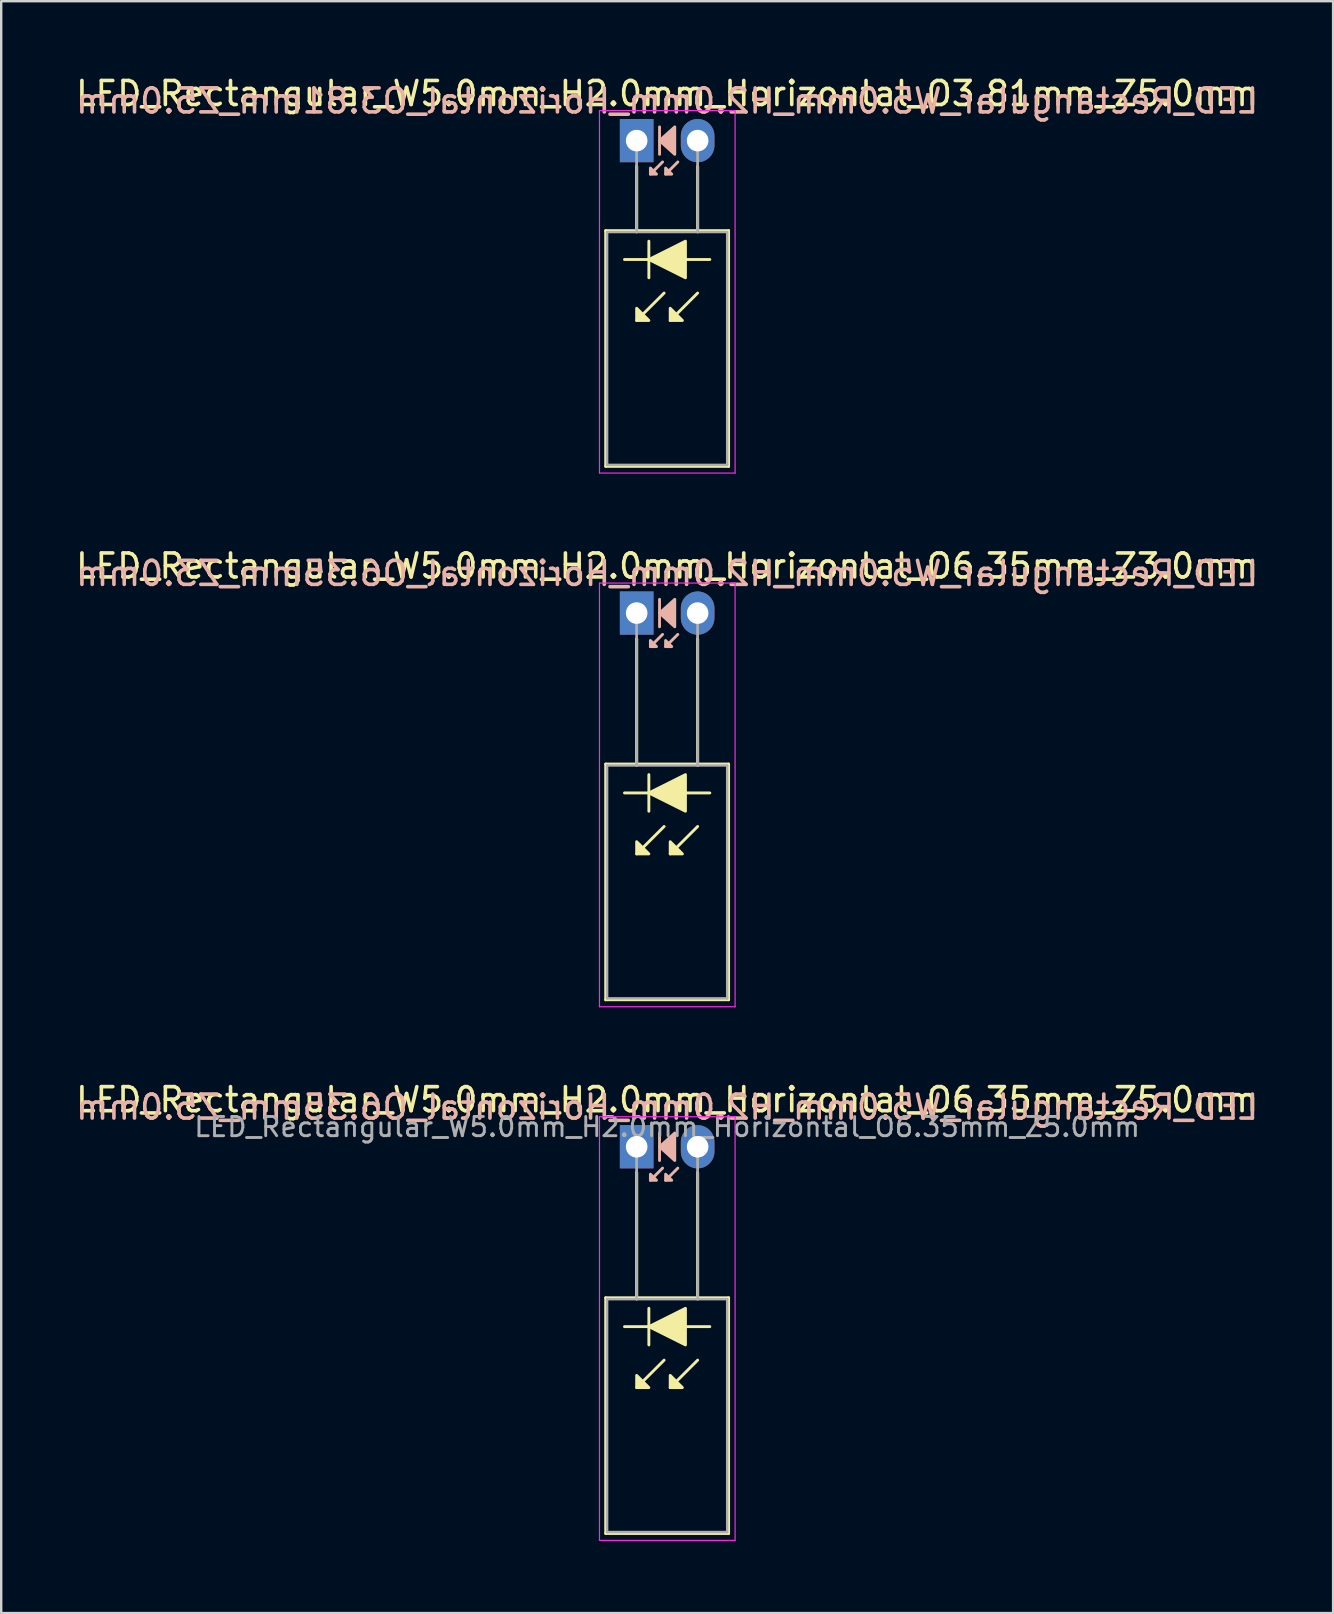
<source format=kicad_pcb>
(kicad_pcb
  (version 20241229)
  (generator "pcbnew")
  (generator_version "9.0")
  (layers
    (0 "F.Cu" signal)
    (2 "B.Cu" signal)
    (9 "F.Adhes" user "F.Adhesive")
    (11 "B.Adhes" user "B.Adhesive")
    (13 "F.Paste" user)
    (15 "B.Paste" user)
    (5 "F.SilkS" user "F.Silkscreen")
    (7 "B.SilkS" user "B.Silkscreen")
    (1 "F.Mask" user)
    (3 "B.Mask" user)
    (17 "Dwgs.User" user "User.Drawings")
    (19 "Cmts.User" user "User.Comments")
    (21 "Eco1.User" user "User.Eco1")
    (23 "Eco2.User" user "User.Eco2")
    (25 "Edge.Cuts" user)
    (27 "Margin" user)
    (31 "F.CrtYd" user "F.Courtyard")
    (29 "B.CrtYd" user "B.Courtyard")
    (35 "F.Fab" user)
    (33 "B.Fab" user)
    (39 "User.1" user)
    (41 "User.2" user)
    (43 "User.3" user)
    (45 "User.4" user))
  (footprint "LED_Rectangular_W5.0mm_H2.0mm_Horizontal_O3.81mm_Z5.0mm"
    (layer "F.Cu")
    (at 23.474 2.808)
    (property "Reference" "LED_Rectangular_W5.0mm_H2.0mm_Horizontal_O3.81mm_Z5.0mm" (at 1.27 -1.96 0) (layer "F.SilkS") (effects (font (size 1 1) (thickness 0.15))))
    (fp_line (start -1.29 3.75) (end -1.29 13.57) (stroke (width 0.12) (type solid)) (layer "F.SilkS"))
    (fp_line (start -1.29 13.57) (end 3.83 13.57) (stroke (width 0.12) (type solid)) (layer "F.SilkS"))
    (fp_line (start 0 1.08) (end 0 1.08) (stroke (width 0.12) (type solid)) (layer "F.SilkS"))
    (fp_line (start 0 1.08) (end 0 3.75) (stroke (width 0.12) (type solid)) (layer "F.SilkS"))
    (fp_line (start 0 3.75) (end 0 1.08) (stroke (width 0.12) (type solid)) (layer "F.SilkS"))
    (fp_line (start 0 3.75) (end 0 3.75) (stroke (width 0.12) (type solid)) (layer "F.SilkS"))
    (fp_line (start 0.508 4.191) (end 0.508 5.715) (stroke (width 0.12) (type solid)) (layer "F.SilkS"))
    (fp_line (start 0.508 4.953) (end -0.508 4.953) (stroke (width 0.12) (type solid)) (layer "F.SilkS"))
    (fp_line (start 1.143 6.35) (end 0 7.493) (stroke (width 0.12) (type solid)) (layer "F.SilkS"))
    (fp_line (start 2.54 1.08) (end 2.54 1.08) (stroke (width 0.12) (type solid)) (layer "F.SilkS"))
    (fp_line (start 2.54 1.08) (end 2.54 3.75) (stroke (width 0.12) (type solid)) (layer "F.SilkS"))
    (fp_line (start 2.54 3.75) (end 2.54 1.08) (stroke (width 0.12) (type solid)) (layer "F.SilkS"))
    (fp_line (start 2.54 3.75) (end 2.54 3.75) (stroke (width 0.12) (type solid)) (layer "F.SilkS"))
    (fp_line (start 2.54 6.35) (end 1.397 7.493) (stroke (width 0.12) (type solid)) (layer "F.SilkS"))
    (fp_line (start 3.048 4.953) (end 2.032 4.953) (stroke (width 0.12) (type solid)) (layer "F.SilkS"))
    (fp_line (start 3.83 3.75) (end -1.29 3.75) (stroke (width 0.12) (type solid)) (layer "F.SilkS"))
    (fp_line (start 3.83 13.57) (end 3.83 3.75) (stroke (width 0.12) (type solid)) (layer "F.SilkS"))
    (fp_poly (pts (xy 0 6.985) (xy 0.508 7.493) (xy 0 7.493)) (stroke (width 0.12) (type solid)) (fill yes) (layer "F.SilkS"))
    (fp_poly (pts (xy 1.397 6.985) (xy 1.905 7.493) (xy 1.397 7.493)) (stroke (width 0.12) (type solid)) (fill yes) (layer "F.SilkS"))
    (fp_poly (pts (xy 2.032 5.715) (xy 0.508 4.953) (xy 2.032 4.191)) (stroke (width 0.12) (type solid)) (fill yes) (layer "F.SilkS"))
    (fp_line (start 0.953 -0.572) (end 0.953 0.572) (stroke (width 0.12) (type solid)) (layer "B.SilkS"))
    (fp_line (start 1.079 0.889) (end 0.572 1.397) (stroke (width 0.12) (type solid)) (layer "B.SilkS"))
    (fp_line (start 1.714 0.889) (end 1.206 1.397) (stroke (width 0.12) (type solid)) (layer "B.SilkS"))
    (fp_poly (pts (xy 0.572 1.143) (xy 0.826 1.397) (xy 0.572 1.397)) (stroke (width 0.12) (type solid)) (fill yes) (layer "B.SilkS"))
    (fp_poly (pts (xy 1.206 1.143) (xy 1.46 1.397) (xy 1.206 1.397)) (stroke (width 0.12) (type solid)) (fill yes) (layer "B.SilkS"))
    (fp_poly (pts (xy 1.587 0.572) (xy 0.953 0) (xy 1.587 -0.572)) (stroke (width 0.12) (type solid)) (fill yes) (layer "B.SilkS"))
    (fp_line (start -1.55 -1.25) (end -1.55 13.85) (stroke (width 0.05) (type solid)) (layer "F.CrtYd"))
    (fp_line (start -1.55 13.85) (end 4.1 13.85) (stroke (width 0.05) (type solid)) (layer "F.CrtYd"))
    (fp_line (start 4.1 -1.25) (end -1.55 -1.25) (stroke (width 0.05) (type solid)) (layer "F.CrtYd"))
    (fp_line (start 4.1 13.85) (end 4.1 -1.25) (stroke (width 0.05) (type solid)) (layer "F.CrtYd"))
    (fp_line (start -1.23 3.81) (end -1.23 13.51) (stroke (width 0.1) (type solid)) (layer "F.Fab"))
    (fp_line (start -1.23 13.51) (end 3.77 13.51) (stroke (width 0.1) (type solid)) (layer "F.Fab"))
    (fp_line (start 0 0) (end 0 0) (stroke (width 0.1) (type solid)) (layer "F.Fab"))
    (fp_line (start 0 0) (end 0 3.81) (stroke (width 0.1) (type solid)) (layer "F.Fab"))
    (fp_line (start 0 3.81) (end 0 0) (stroke (width 0.1) (type solid)) (layer "F.Fab"))
    (fp_line (start 0 3.81) (end 0 3.81) (stroke (width 0.1) (type solid)) (layer "F.Fab"))
    (fp_line (start 2.54 0) (end 2.54 0) (stroke (width 0.1) (type solid)) (layer "F.Fab"))
    (fp_line (start 2.54 0) (end 2.54 3.81) (stroke (width 0.1) (type solid)) (layer "F.Fab"))
    (fp_line (start 2.54 3.81) (end 2.54 0) (stroke (width 0.1) (type solid)) (layer "F.Fab"))
    (fp_line (start 2.54 3.81) (end 2.54 3.81) (stroke (width 0.1) (type solid)) (layer "F.Fab"))
    (fp_line (start 3.77 3.81) (end -1.23 3.81) (stroke (width 0.1) (type solid)) (layer "F.Fab"))
    (fp_line (start 3.77 13.51) (end 3.77 3.81) (stroke (width 0.1) (type solid)) (layer "F.Fab"))
    (fp_text user "${REFERENCE}" (at 1.27 -1.651 0) (layer "B.SilkS") (effects (font (size 1 1) (thickness 0.15)) (justify mirror)))
    (pad "1" thru_hole rect (at 0 0) (size 1.4 1.8) (drill 0.9) (layers "*.Cu" "*.Mask"))
    (pad "2" thru_hole oval (at 2.54 0) (size 1.4 1.8) (drill 0.9) (layers "*.Cu" "*.Mask")))
  (footprint "LED_Rectangular_W5.0mm_H2.0mm_Horizontal_O6.35mm_Z3.0mm"
    (layer "F.Cu")
    (at 23.474 22.491)
    (property "Reference" "LED_Rectangular_W5.0mm_H2.0mm_Horizontal_O6.35mm_Z3.0mm" (at 1.27 -1.96 0) (layer "F.SilkS") (effects (font (size 1 1) (thickness 0.15))))
    (fp_line (start -1.29 6.29) (end -1.29 16.11) (stroke (width 0.12) (type solid)) (layer "F.SilkS"))
    (fp_line (start -1.29 16.11) (end 3.83 16.11) (stroke (width 0.12) (type solid)) (layer "F.SilkS"))
    (fp_line (start 0 1.08) (end 0 1.08) (stroke (width 0.12) (type solid)) (layer "F.SilkS"))
    (fp_line (start 0 1.08) (end 0 6.29) (stroke (width 0.12) (type solid)) (layer "F.SilkS"))
    (fp_line (start 0 6.29) (end 0 1.08) (stroke (width 0.12) (type solid)) (layer "F.SilkS"))
    (fp_line (start 0 6.29) (end 0 6.29) (stroke (width 0.12) (type solid)) (layer "F.SilkS"))
    (fp_line (start 0.508 6.731) (end 0.508 8.255) (stroke (width 0.12) (type solid)) (layer "F.SilkS"))
    (fp_line (start 0.508 7.493) (end -0.508 7.493) (stroke (width 0.12) (type solid)) (layer "F.SilkS"))
    (fp_line (start 1.143 8.89) (end 0 10.033) (stroke (width 0.12) (type solid)) (layer "F.SilkS"))
    (fp_line (start 2.54 1.08) (end 2.54 1.08) (stroke (width 0.12) (type solid)) (layer "F.SilkS"))
    (fp_line (start 2.54 1.08) (end 2.54 6.29) (stroke (width 0.12) (type solid)) (layer "F.SilkS"))
    (fp_line (start 2.54 6.29) (end 2.54 1.08) (stroke (width 0.12) (type solid)) (layer "F.SilkS"))
    (fp_line (start 2.54 6.29) (end 2.54 6.29) (stroke (width 0.12) (type solid)) (layer "F.SilkS"))
    (fp_line (start 2.54 8.89) (end 1.397 10.033) (stroke (width 0.12) (type solid)) (layer "F.SilkS"))
    (fp_line (start 3.048 7.493) (end 2.032 7.493) (stroke (width 0.12) (type solid)) (layer "F.SilkS"))
    (fp_line (start 3.83 6.29) (end -1.29 6.29) (stroke (width 0.12) (type solid)) (layer "F.SilkS"))
    (fp_line (start 3.83 16.11) (end 3.83 6.29) (stroke (width 0.12) (type solid)) (layer "F.SilkS"))
    (fp_poly (pts (xy 0 9.525) (xy 0.508 10.033) (xy 0 10.033)) (stroke (width 0.12) (type solid)) (fill yes) (layer "F.SilkS"))
    (fp_poly (pts (xy 1.397 9.525) (xy 1.905 10.033) (xy 1.397 10.033)) (stroke (width 0.12) (type solid)) (fill yes) (layer "F.SilkS"))
    (fp_poly (pts (xy 2.032 8.255) (xy 0.508 7.493) (xy 2.032 6.731)) (stroke (width 0.12) (type solid)) (fill yes) (layer "F.SilkS"))
    (fp_line (start 0.953 -0.572) (end 0.953 0.572) (stroke (width 0.12) (type solid)) (layer "B.SilkS"))
    (fp_line (start 1.079 0.889) (end 0.572 1.397) (stroke (width 0.12) (type solid)) (layer "B.SilkS"))
    (fp_line (start 1.714 0.889) (end 1.206 1.397) (stroke (width 0.12) (type solid)) (layer "B.SilkS"))
    (fp_poly (pts (xy 0.572 1.143) (xy 0.826 1.397) (xy 0.572 1.397)) (stroke (width 0.12) (type solid)) (fill yes) (layer "B.SilkS"))
    (fp_poly (pts (xy 1.206 1.143) (xy 1.46 1.397) (xy 1.206 1.397)) (stroke (width 0.12) (type solid)) (fill yes) (layer "B.SilkS"))
    (fp_poly (pts (xy 1.587 0.572) (xy 0.953 0) (xy 1.587 -0.572)) (stroke (width 0.12) (type solid)) (fill yes) (layer "B.SilkS"))
    (fp_line (start -1.55 -1.25) (end -1.55 16.4) (stroke (width 0.05) (type solid)) (layer "F.CrtYd"))
    (fp_line (start -1.55 16.4) (end 4.1 16.4) (stroke (width 0.05) (type solid)) (layer "F.CrtYd"))
    (fp_line (start 4.1 -1.25) (end -1.55 -1.25) (stroke (width 0.05) (type solid)) (layer "F.CrtYd"))
    (fp_line (start 4.1 16.4) (end 4.1 -1.25) (stroke (width 0.05) (type solid)) (layer "F.CrtYd"))
    (fp_line (start -1.23 6.35) (end -1.23 16.05) (stroke (width 0.1) (type solid)) (layer "F.Fab"))
    (fp_line (start -1.23 16.05) (end 3.77 16.05) (stroke (width 0.1) (type solid)) (layer "F.Fab"))
    (fp_line (start 0 0) (end 0 0) (stroke (width 0.1) (type solid)) (layer "F.Fab"))
    (fp_line (start 0 0) (end 0 6.35) (stroke (width 0.1) (type solid)) (layer "F.Fab"))
    (fp_line (start 0 6.35) (end 0 0) (stroke (width 0.1) (type solid)) (layer "F.Fab"))
    (fp_line (start 0 6.35) (end 0 6.35) (stroke (width 0.1) (type solid)) (layer "F.Fab"))
    (fp_line (start 2.54 0) (end 2.54 0) (stroke (width 0.1) (type solid)) (layer "F.Fab"))
    (fp_line (start 2.54 0) (end 2.54 6.35) (stroke (width 0.1) (type solid)) (layer "F.Fab"))
    (fp_line (start 2.54 6.35) (end 2.54 0) (stroke (width 0.1) (type solid)) (layer "F.Fab"))
    (fp_line (start 2.54 6.35) (end 2.54 6.35) (stroke (width 0.1) (type solid)) (layer "F.Fab"))
    (fp_line (start 3.77 6.35) (end -1.23 6.35) (stroke (width 0.1) (type solid)) (layer "F.Fab"))
    (fp_line (start 3.77 16.05) (end 3.77 6.35) (stroke (width 0.1) (type solid)) (layer "F.Fab"))
    (fp_text user "${REFERENCE}" (at 1.27 -1.651 0) (layer "B.SilkS") (effects (font (size 1 1) (thickness 0.15)) (justify mirror)))
    (pad "1" thru_hole rect (at 0 0) (size 1.4 1.8) (drill 0.9) (layers "*.Cu" "*.Mask"))
    (pad "2" thru_hole oval (at 2.54 0) (size 1.4 1.8) (drill 0.9) (layers "*.Cu" "*.Mask")))
  (footprint "LED_Rectangular_W5.0mm_H2.0mm_Horizontal_O6.35mm_Z5.0mm"
    (layer "F.Cu")
    (at 23.474 44.725)
    (property "Reference" "LED_Rectangular_W5.0mm_H2.0mm_Horizontal_O6.35mm_Z5.0mm" (at 1.27 -1.96 0) (layer "F.SilkS") (effects (font (size 1 1) (thickness 0.15))))
    (fp_line (start -1.29 6.29) (end -1.29 16.11) (stroke (width 0.12) (type solid)) (layer "F.SilkS"))
    (fp_line (start -1.29 16.11) (end 3.83 16.11) (stroke (width 0.12) (type solid)) (layer "F.SilkS"))
    (fp_line (start 0 1.08) (end 0 1.08) (stroke (width 0.12) (type solid)) (layer "F.SilkS"))
    (fp_line (start 0 1.08) (end 0 6.29) (stroke (width 0.12) (type solid)) (layer "F.SilkS"))
    (fp_line (start 0 6.29) (end 0 1.08) (stroke (width 0.12) (type solid)) (layer "F.SilkS"))
    (fp_line (start 0 6.29) (end 0 6.29) (stroke (width 0.12) (type solid)) (layer "F.SilkS"))
    (fp_line (start 0.508 6.731) (end 0.508 8.255) (stroke (width 0.12) (type solid)) (layer "F.SilkS"))
    (fp_line (start 0.508 7.493) (end -0.508 7.493) (stroke (width 0.12) (type solid)) (layer "F.SilkS"))
    (fp_line (start 1.143 8.89) (end 0 10.033) (stroke (width 0.12) (type solid)) (layer "F.SilkS"))
    (fp_line (start 2.54 1.08) (end 2.54 1.08) (stroke (width 0.12) (type solid)) (layer "F.SilkS"))
    (fp_line (start 2.54 1.08) (end 2.54 6.29) (stroke (width 0.12) (type solid)) (layer "F.SilkS"))
    (fp_line (start 2.54 6.29) (end 2.54 1.08) (stroke (width 0.12) (type solid)) (layer "F.SilkS"))
    (fp_line (start 2.54 6.29) (end 2.54 6.29) (stroke (width 0.12) (type solid)) (layer "F.SilkS"))
    (fp_line (start 2.54 8.89) (end 1.397 10.033) (stroke (width 0.12) (type solid)) (layer "F.SilkS"))
    (fp_line (start 3.048 7.493) (end 2.032 7.493) (stroke (width 0.12) (type solid)) (layer "F.SilkS"))
    (fp_line (start 3.83 6.29) (end -1.29 6.29) (stroke (width 0.12) (type solid)) (layer "F.SilkS"))
    (fp_line (start 3.83 16.11) (end 3.83 6.29) (stroke (width 0.12) (type solid)) (layer "F.SilkS"))
    (fp_poly (pts (xy 0 9.525) (xy 0.508 10.033) (xy 0 10.033)) (stroke (width 0.12) (type solid)) (fill yes) (layer "F.SilkS"))
    (fp_poly (pts (xy 1.397 9.525) (xy 1.905 10.033) (xy 1.397 10.033)) (stroke (width 0.12) (type solid)) (fill yes) (layer "F.SilkS"))
    (fp_poly (pts (xy 2.032 8.255) (xy 0.508 7.493) (xy 2.032 6.731)) (stroke (width 0.12) (type solid)) (fill yes) (layer "F.SilkS"))
    (fp_line (start 0.953 -0.572) (end 0.953 0.572) (stroke (width 0.12) (type solid)) (layer "B.SilkS"))
    (fp_line (start 1.079 0.889) (end 0.572 1.397) (stroke (width 0.12) (type solid)) (layer "B.SilkS"))
    (fp_line (start 1.714 0.889) (end 1.206 1.397) (stroke (width 0.12) (type solid)) (layer "B.SilkS"))
    (fp_poly (pts (xy 0.572 1.143) (xy 0.826 1.397) (xy 0.572 1.397)) (stroke (width 0.12) (type solid)) (fill yes) (layer "B.SilkS"))
    (fp_poly (pts (xy 1.206 1.143) (xy 1.46 1.397) (xy 1.206 1.397)) (stroke (width 0.12) (type solid)) (fill yes) (layer "B.SilkS"))
    (fp_poly (pts (xy 1.587 0.572) (xy 0.953 0) (xy 1.587 -0.572)) (stroke (width 0.12) (type solid)) (fill yes) (layer "B.SilkS"))
    (fp_line (start -1.55 -1.25) (end -1.55 16.4) (stroke (width 0.05) (type solid)) (layer "F.CrtYd"))
    (fp_line (start -1.55 16.4) (end 4.1 16.4) (stroke (width 0.05) (type solid)) (layer "F.CrtYd"))
    (fp_line (start 4.1 -1.25) (end -1.55 -1.25) (stroke (width 0.05) (type solid)) (layer "F.CrtYd"))
    (fp_line (start 4.1 16.4) (end 4.1 -1.25) (stroke (width 0.05) (type solid)) (layer "F.CrtYd"))
    (fp_line (start -1.23 6.35) (end -1.23 16.05) (stroke (width 0.1) (type solid)) (layer "F.Fab"))
    (fp_line (start -1.23 16.05) (end 3.77 16.05) (stroke (width 0.1) (type solid)) (layer "F.Fab"))
    (fp_line (start 0 0) (end 0 0) (stroke (width 0.1) (type solid)) (layer "F.Fab"))
    (fp_line (start 0 0) (end 0 6.35) (stroke (width 0.1) (type solid)) (layer "F.Fab"))
    (fp_line (start 0 6.35) (end 0 0) (stroke (width 0.1) (type solid)) (layer "F.Fab"))
    (fp_line (start 0 6.35) (end 0 6.35) (stroke (width 0.1) (type solid)) (layer "F.Fab"))
    (fp_line (start 2.54 0) (end 2.54 0) (stroke (width 0.1) (type solid)) (layer "F.Fab"))
    (fp_line (start 2.54 0) (end 2.54 6.35) (stroke (width 0.1) (type solid)) (layer "F.Fab"))
    (fp_line (start 2.54 6.35) (end 2.54 0) (stroke (width 0.1) (type solid)) (layer "F.Fab"))
    (fp_line (start 2.54 6.35) (end 2.54 6.35) (stroke (width 0.1) (type solid)) (layer "F.Fab"))
    (fp_line (start 3.77 6.35) (end -1.23 6.35) (stroke (width 0.1) (type solid)) (layer "F.Fab"))
    (fp_line (start 3.77 16.05) (end 3.77 6.35) (stroke (width 0.1) (type solid)) (layer "F.Fab"))
    (fp_text user "${REFERENCE}" (at 1.27 -1.651 0) (layer "B.SilkS") (effects (font (size 1 1) (thickness 0.15)) (justify mirror)))
    (fp_text user "${REFERENCE}" (at 1.27 -0.826 0) (layer "F.Fab") (effects (font (size 0.8 0.8) (thickness 0.12))))
    (pad "1" thru_hole rect (at 0 0) (size 1.4 1.8) (drill 0.9) (layers "*.Cu" "*.Mask"))
    (pad "2" thru_hole oval (at 2.54 0) (size 1.4 1.8) (drill 0.9) (layers "*.Cu" "*.Mask")))
  (gr_rect
    (start -3 -3)
    (end 52.488 64.15)
    (stroke (width 0.1) (type default))
    (fill no)
    (layer "Edge.Cuts")))
</source>
